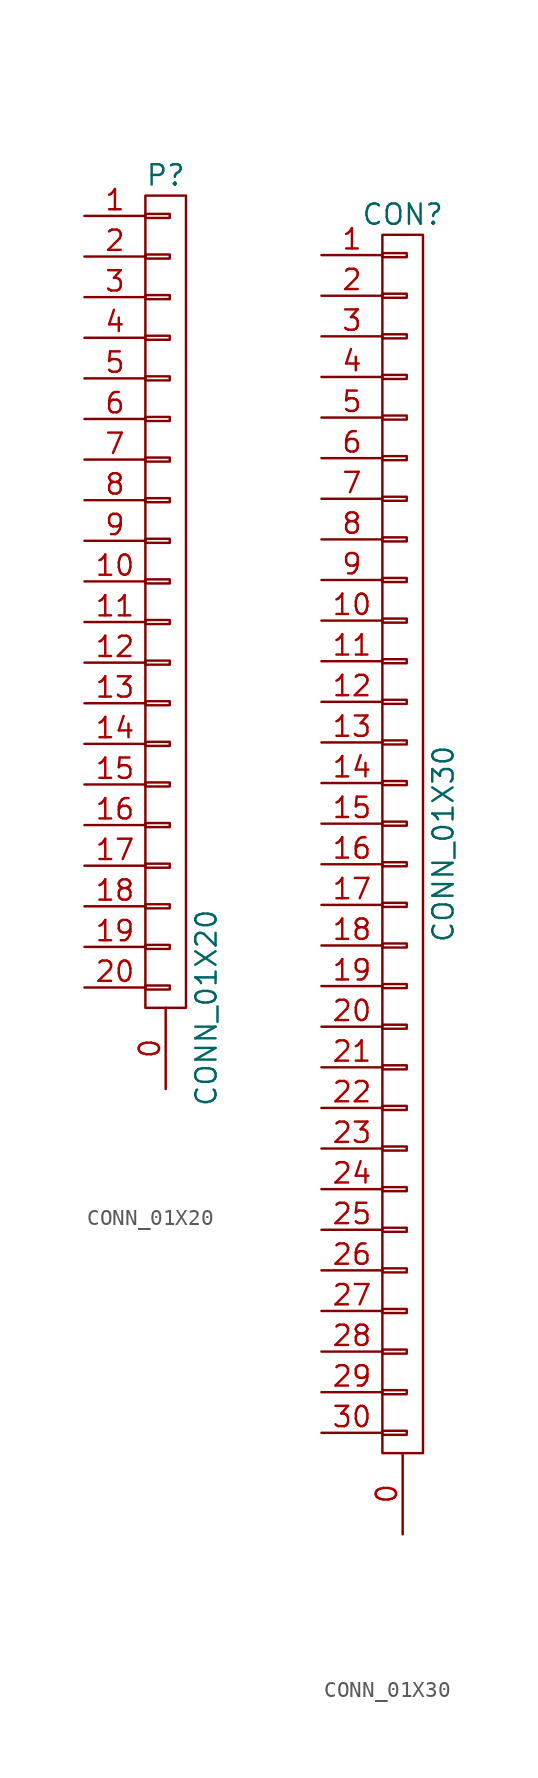
<source format=kicad_sym>
(kicad_symbol_lib
  (version 20220914)
  (generator kicad_symbol_editor)
  (symbol "CONN_01X20"
    (pin_names
      (offset 1.016) hide)
    (property "Reference" "P"
      (at 0 26.67 0)
      (effects (font (size 1.27 1.27))))
    (property "Value" "CONN_01X20"
      (at 2.54 -25.4 90)
      (effects (font (size 1.27 1.27))))
    (property "Footprint" ""
      (at 0 -25.4 0)
      (effects (font (size 1.27 1.27))))
    (property "Datasheet" ""
      (at 0 -25.4 0)
      (effects (font (size 1.27 1.27))))
    (symbol "CONN_01X20_0_1"
      (rectangle (start -1.27 -24.003) (end 0.254 -24.257) (stroke (width 0) (type solid)) (fill (type none)))
      (rectangle (start -1.27 -21.463) (end 0.254 -21.717) (stroke (width 0) (type solid)) (fill (type none)))
      (rectangle (start -1.27 -18.923) (end 0.254 -19.177) (stroke (width 0) (type solid)) (fill (type none)))
      (rectangle (start -1.27 -16.383) (end 0.254 -16.637) (stroke (width 0) (type solid)) (fill (type none)))
      (rectangle (start -1.27 -13.843) (end 0.254 -14.097) (stroke (width 0) (type solid)) (fill (type none)))
      (rectangle (start -1.27 -11.303) (end 0.254 -11.557) (stroke (width 0) (type solid)) (fill (type none)))
      (rectangle (start -1.27 -8.763) (end 0.254 -9.017) (stroke (width 0) (type solid)) (fill (type none)))
      (rectangle (start -1.27 -6.223) (end 0.254 -6.477) (stroke (width 0) (type solid)) (fill (type none)))
      (rectangle (start -1.27 -3.683) (end 0.254 -3.937) (stroke (width 0) (type solid)) (fill (type none)))
      (rectangle (start -1.27 -1.143) (end 0.254 -1.397) (stroke (width 0) (type solid)) (fill (type none)))
      (rectangle (start -1.27 1.397) (end 0.254 1.143) (stroke (width 0) (type solid)) (fill (type none)))
      (rectangle (start -1.27 3.937) (end 0.254 3.683) (stroke (width 0) (type solid)) (fill (type none)))
      (rectangle (start -1.27 6.477) (end 0.254 6.223) (stroke (width 0) (type solid)) (fill (type none)))
      (rectangle (start -1.27 9.017) (end 0.254 8.763) (stroke (width 0) (type solid)) (fill (type none)))
      (rectangle (start -1.27 11.557) (end 0.254 11.303) (stroke (width 0) (type solid)) (fill (type none)))
      (rectangle (start -1.27 14.097) (end 0.254 13.843) (stroke (width 0) (type solid)) (fill (type none)))
      (rectangle (start -1.27 16.637) (end 0.254 16.383) (stroke (width 0) (type solid)) (fill (type none)))
      (rectangle (start -1.27 19.177) (end 0.254 18.923) (stroke (width 0) (type solid)) (fill (type none)))
      (rectangle (start -1.27 21.717) (end 0.254 21.463) (stroke (width 0) (type solid)) (fill (type none)))
      (rectangle (start -1.27 24.257) (end 0.254 24.003) (stroke (width 0) (type solid)) (fill (type none)))
      (rectangle (start -1.27 25.4) (end 1.27 -25.4) (stroke (width 0) (type solid)) (fill (type none))))
    (symbol "CONN_01X20_1_1"
      (pin passive line (at 0 -30.48 90) (length 5.08) (name "P0" (effects (font (size 1.27 1.27)))) (number "0" (effects (font (size 1.27 1.27)))))
      (pin passive line (at -5.08 24.13 0) (length 3.81) (name "P1" (effects (font (size 1.27 1.27)))) (number "1" (effects (font (size 1.27 1.27)))))
      (pin passive line (at -5.08 1.27 0) (length 3.81) (name "P10" (effects (font (size 1.27 1.27)))) (number "10" (effects (font (size 1.27 1.27)))))
      (pin passive line (at -5.08 -1.27 0) (length 3.81) (name "P11" (effects (font (size 1.27 1.27)))) (number "11" (effects (font (size 1.27 1.27)))))
      (pin passive line (at -5.08 -3.81 0) (length 3.81) (name "P12" (effects (font (size 1.27 1.27)))) (number "12" (effects (font (size 1.27 1.27)))))
      (pin passive line (at -5.08 -6.35 0) (length 3.81) (name "P13" (effects (font (size 1.27 1.27)))) (number "13" (effects (font (size 1.27 1.27)))))
      (pin passive line (at -5.08 -8.89 0) (length 3.81) (name "P14" (effects (font (size 1.27 1.27)))) (number "14" (effects (font (size 1.27 1.27)))))
      (pin passive line (at -5.08 -11.43 0) (length 3.81) (name "P15" (effects (font (size 1.27 1.27)))) (number "15" (effects (font (size 1.27 1.27)))))
      (pin passive line (at -5.08 -13.97 0) (length 3.81) (name "P16" (effects (font (size 1.27 1.27)))) (number "16" (effects (font (size 1.27 1.27)))))
      (pin passive line (at -5.08 -16.51 0) (length 3.81) (name "P17" (effects (font (size 1.27 1.27)))) (number "17" (effects (font (size 1.27 1.27)))))
      (pin passive line (at -5.08 -19.05 0) (length 3.81) (name "P18" (effects (font (size 1.27 1.27)))) (number "18" (effects (font (size 1.27 1.27)))))
      (pin passive line (at -5.08 -21.59 0) (length 3.81) (name "P19" (effects (font (size 1.27 1.27)))) (number "19" (effects (font (size 1.27 1.27)))))
      (pin passive line (at -5.08 21.59 0) (length 3.81) (name "P2" (effects (font (size 1.27 1.27)))) (number "2" (effects (font (size 1.27 1.27)))))
      (pin passive line (at -5.08 -24.13 0) (length 3.81) (name "P20" (effects (font (size 1.27 1.27)))) (number "20" (effects (font (size 1.27 1.27)))))
      (pin passive line (at -5.08 19.05 0) (length 3.81) (name "P3" (effects (font (size 1.27 1.27)))) (number "3" (effects (font (size 1.27 1.27)))))
      (pin passive line (at -5.08 16.51 0) (length 3.81) (name "P4" (effects (font (size 1.27 1.27)))) (number "4" (effects (font (size 1.27 1.27)))))
      (pin passive line (at -5.08 13.97 0) (length 3.81) (name "P5" (effects (font (size 1.27 1.27)))) (number "5" (effects (font (size 1.27 1.27)))))
      (pin passive line (at -5.08 11.43 0) (length 3.81) (name "P6" (effects (font (size 1.27 1.27)))) (number "6" (effects (font (size 1.27 1.27)))))
      (pin passive line (at -5.08 8.89 0) (length 3.81) (name "P7" (effects (font (size 1.27 1.27)))) (number "7" (effects (font (size 1.27 1.27)))))
      (pin passive line (at -5.08 6.35 0) (length 3.81) (name "P8" (effects (font (size 1.27 1.27)))) (number "8" (effects (font (size 1.27 1.27)))))
      (pin passive line (at -5.08 3.81 0) (length 3.81) (name "P9" (effects (font (size 1.27 1.27)))) (number "9" (effects (font (size 1.27 1.27)))))))
  (symbol "CONN_01X30"
    (pin_names
      (offset 1.016) hide)
    (property "Reference" "CON"
      (at 0 39.37 0)
      (effects (font (size 1.27 1.27))))
    (property "Value" "CONN_01X30"
      (at 2.54 0 90)
      (effects (font (size 1.27 1.27))))
    (property "Footprint" ""
      (at 0 0 0)
      (effects (font (size 1.27 1.27))))
    (property "Datasheet" ""
      (at 0 0 0)
      (effects (font (size 1.27 1.27))))
    (symbol "CONN_01X30_0_1"
      (rectangle (start -1.27 -38.1) (end 1.27 38.1) (stroke (width 0) (type solid)) (fill (type none)))
      (rectangle (start -1.27 -36.703) (end 0.254 -36.957) (stroke (width 0) (type solid)) (fill (type none)))
      (rectangle (start -1.27 -34.163) (end 0.254 -34.417) (stroke (width 0) (type solid)) (fill (type none)))
      (rectangle (start -1.27 -31.623) (end 0.254 -31.877) (stroke (width 0) (type solid)) (fill (type none)))
      (rectangle (start -1.27 -29.083) (end 0.254 -29.337) (stroke (width 0) (type solid)) (fill (type none)))
      (rectangle (start -1.27 -26.543) (end 0.254 -26.797) (stroke (width 0) (type solid)) (fill (type none)))
      (rectangle (start -1.27 -24.003) (end 0.254 -24.257) (stroke (width 0) (type solid)) (fill (type none)))
      (rectangle (start -1.27 -21.463) (end 0.254 -21.717) (stroke (width 0) (type solid)) (fill (type none)))
      (rectangle (start -1.27 -18.923) (end 0.254 -19.177) (stroke (width 0) (type solid)) (fill (type none)))
      (rectangle (start -1.27 -16.383) (end 0.254 -16.637) (stroke (width 0) (type solid)) (fill (type none)))
      (rectangle (start -1.27 -13.843) (end 0.254 -14.097) (stroke (width 0) (type solid)) (fill (type none)))
      (rectangle (start -1.27 -11.303) (end 0.254 -11.557) (stroke (width 0) (type solid)) (fill (type none)))
      (rectangle (start -1.27 -8.763) (end 0.254 -9.017) (stroke (width 0) (type solid)) (fill (type none)))
      (rectangle (start -1.27 -6.223) (end 0.254 -6.477) (stroke (width 0) (type solid)) (fill (type none)))
      (rectangle (start -1.27 -3.683) (end 0.254 -3.937) (stroke (width 0) (type solid)) (fill (type none)))
      (rectangle (start -1.27 -1.143) (end 0.254 -1.397) (stroke (width 0) (type solid)) (fill (type none)))
      (rectangle (start -1.27 1.397) (end 0.254 1.143) (stroke (width 0) (type solid)) (fill (type none)))
      (rectangle (start -1.27 3.937) (end 0.254 3.683) (stroke (width 0) (type solid)) (fill (type none)))
      (rectangle (start -1.27 6.477) (end 0.254 6.223) (stroke (width 0) (type solid)) (fill (type none)))
      (rectangle (start -1.27 9.017) (end 0.254 8.763) (stroke (width 0) (type solid)) (fill (type none)))
      (rectangle (start -1.27 11.557) (end 0.254 11.303) (stroke (width 0) (type solid)) (fill (type none)))
      (rectangle (start -1.27 14.097) (end 0.254 13.843) (stroke (width 0) (type solid)) (fill (type none)))
      (rectangle (start -1.27 16.637) (end 0.254 16.383) (stroke (width 0) (type solid)) (fill (type none)))
      (rectangle (start -1.27 19.177) (end 0.254 18.923) (stroke (width 0) (type solid)) (fill (type none)))
      (rectangle (start -1.27 21.717) (end 0.254 21.463) (stroke (width 0) (type solid)) (fill (type none)))
      (rectangle (start -1.27 24.257) (end 0.254 24.003) (stroke (width 0) (type solid)) (fill (type none)))
      (rectangle (start -1.27 26.797) (end 0.254 26.543) (stroke (width 0) (type solid)) (fill (type none)))
      (rectangle (start -1.27 29.337) (end 0.254 29.083) (stroke (width 0) (type solid)) (fill (type none)))
      (rectangle (start -1.27 31.877) (end 0.254 31.623) (stroke (width 0) (type solid)) (fill (type none)))
      (rectangle (start -1.27 34.417) (end 0.254 34.163) (stroke (width 0) (type solid)) (fill (type none)))
      (rectangle (start -1.27 36.957) (end 0.254 36.703) (stroke (width 0) (type solid)) (fill (type none))))
    (symbol "CONN_01X30_1_1"
      (pin passive line (at 0 -43.18 90) (length 5.08) (name "P0" (effects (font (size 1.27 1.27)))) (number "0" (effects (font (size 1.27 1.27)))))
      (pin passive line (at -5.08 36.83 0) (length 3.81) (name "P1" (effects (font (size 1.27 1.27)))) (number "1" (effects (font (size 1.27 1.27)))))
      (pin passive line (at -5.08 13.97 0) (length 3.81) (name "P10" (effects (font (size 1.27 1.27)))) (number "10" (effects (font (size 1.27 1.27)))))
      (pin passive line (at -5.08 11.43 0) (length 3.81) (name "P11" (effects (font (size 1.27 1.27)))) (number "11" (effects (font (size 1.27 1.27)))))
      (pin passive line (at -5.08 8.89 0) (length 3.81) (name "P12" (effects (font (size 1.27 1.27)))) (number "12" (effects (font (size 1.27 1.27)))))
      (pin passive line (at -5.08 6.35 0) (length 3.81) (name "P13" (effects (font (size 1.27 1.27)))) (number "13" (effects (font (size 1.27 1.27)))))
      (pin passive line (at -5.08 3.81 0) (length 3.81) (name "P14" (effects (font (size 1.27 1.27)))) (number "14" (effects (font (size 1.27 1.27)))))
      (pin passive line (at -5.08 1.27 0) (length 3.81) (name "P15" (effects (font (size 1.27 1.27)))) (number "15" (effects (font (size 1.27 1.27)))))
      (pin passive line (at -5.08 -1.27 0) (length 3.81) (name "P16" (effects (font (size 1.27 1.27)))) (number "16" (effects (font (size 1.27 1.27)))))
      (pin passive line (at -5.08 -3.81 0) (length 3.81) (name "P17" (effects (font (size 1.27 1.27)))) (number "17" (effects (font (size 1.27 1.27)))))
      (pin passive line (at -5.08 -6.35 0) (length 3.81) (name "P18" (effects (font (size 1.27 1.27)))) (number "18" (effects (font (size 1.27 1.27)))))
      (pin passive line (at -5.08 -8.89 0) (length 3.81) (name "P19" (effects (font (size 1.27 1.27)))) (number "19" (effects (font (size 1.27 1.27)))))
      (pin passive line (at -5.08 34.29 0) (length 3.81) (name "P2" (effects (font (size 1.27 1.27)))) (number "2" (effects (font (size 1.27 1.27)))))
      (pin passive line (at -5.08 -11.43 0) (length 3.81) (name "P20" (effects (font (size 1.27 1.27)))) (number "20" (effects (font (size 1.27 1.27)))))
      (pin passive line (at -5.08 -13.97 0) (length 3.81) (name "P21" (effects (font (size 1.27 1.27)))) (number "21" (effects (font (size 1.27 1.27)))))
      (pin passive line (at -5.08 -16.51 0) (length 3.81) (name "P22" (effects (font (size 1.27 1.27)))) (number "22" (effects (font (size 1.27 1.27)))))
      (pin passive line (at -5.08 -19.05 0) (length 3.81) (name "P23" (effects (font (size 1.27 1.27)))) (number "23" (effects (font (size 1.27 1.27)))))
      (pin passive line (at -5.08 -21.59 0) (length 3.81) (name "P24" (effects (font (size 1.27 1.27)))) (number "24" (effects (font (size 1.27 1.27)))))
      (pin passive line (at -5.08 -24.13 0) (length 3.81) (name "P25" (effects (font (size 1.27 1.27)))) (number "25" (effects (font (size 1.27 1.27)))))
      (pin passive line (at -5.08 -26.67 0) (length 3.81) (name "P26" (effects (font (size 1.27 1.27)))) (number "26" (effects (font (size 1.27 1.27)))))
      (pin passive line (at -5.08 -29.21 0) (length 3.81) (name "P27" (effects (font (size 1.27 1.27)))) (number "27" (effects (font (size 1.27 1.27)))))
      (pin passive line (at -5.08 -31.75 0) (length 3.81) (name "P28" (effects (font (size 1.27 1.27)))) (number "28" (effects (font (size 1.27 1.27)))))
      (pin passive line (at -5.08 -34.29 0) (length 3.81) (name "P29" (effects (font (size 1.27 1.27)))) (number "29" (effects (font (size 1.27 1.27)))))
      (pin passive line (at -5.08 31.75 0) (length 3.81) (name "P3" (effects (font (size 1.27 1.27)))) (number "3" (effects (font (size 1.27 1.27)))))
      (pin passive line (at -5.08 -36.83 0) (length 3.81) (name "P30" (effects (font (size 1.27 1.27)))) (number "30" (effects (font (size 1.27 1.27)))))
      (pin passive line (at -5.08 29.21 0) (length 3.81) (name "P4" (effects (font (size 1.27 1.27)))) (number "4" (effects (font (size 1.27 1.27)))))
      (pin passive line (at -5.08 26.67 0) (length 3.81) (name "P5" (effects (font (size 1.27 1.27)))) (number "5" (effects (font (size 1.27 1.27)))))
      (pin passive line (at -5.08 24.13 0) (length 3.81) (name "P6" (effects (font (size 1.27 1.27)))) (number "6" (effects (font (size 1.27 1.27)))))
      (pin passive line (at -5.08 21.59 0) (length 3.81) (name "P7" (effects (font (size 1.27 1.27)))) (number "7" (effects (font (size 1.27 1.27)))))
      (pin passive line (at -5.08 19.05 0) (length 3.81) (name "P8" (effects (font (size 1.27 1.27)))) (number "8" (effects (font (size 1.27 1.27)))))
      (pin passive line (at -5.08 16.51 0) (length 3.81) (name "P9" (effects (font (size 1.27 1.27)))) (number "9" (effects (font (size 1.27 1.27))))))))
</source>
